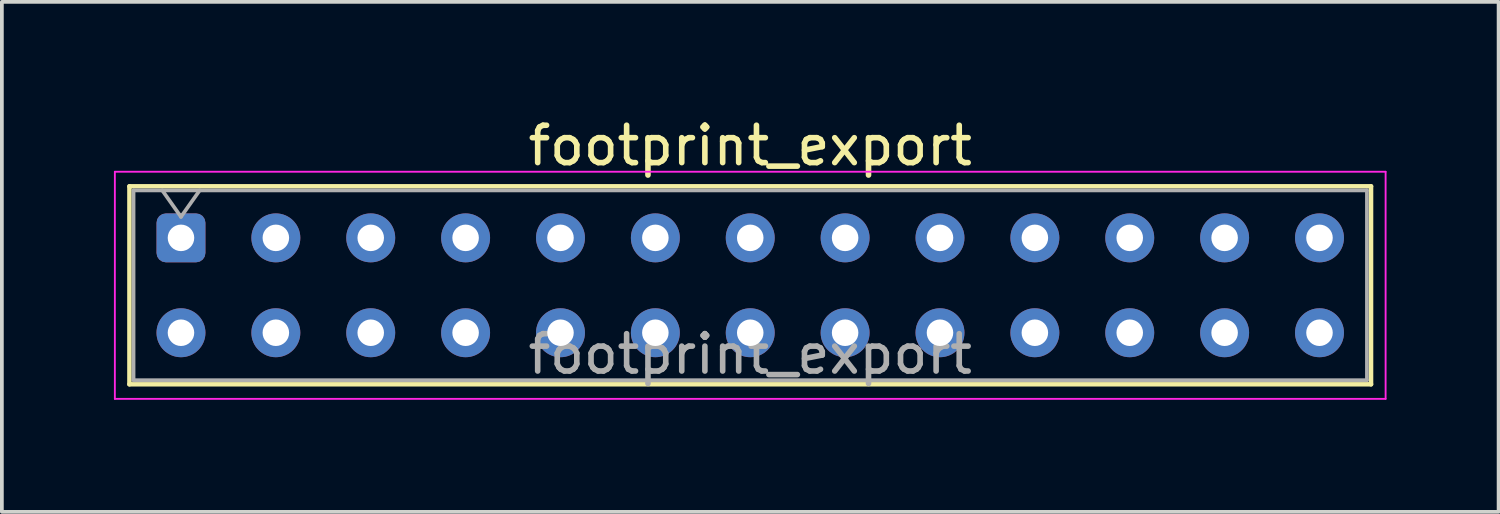
<source format=kicad_pcb>
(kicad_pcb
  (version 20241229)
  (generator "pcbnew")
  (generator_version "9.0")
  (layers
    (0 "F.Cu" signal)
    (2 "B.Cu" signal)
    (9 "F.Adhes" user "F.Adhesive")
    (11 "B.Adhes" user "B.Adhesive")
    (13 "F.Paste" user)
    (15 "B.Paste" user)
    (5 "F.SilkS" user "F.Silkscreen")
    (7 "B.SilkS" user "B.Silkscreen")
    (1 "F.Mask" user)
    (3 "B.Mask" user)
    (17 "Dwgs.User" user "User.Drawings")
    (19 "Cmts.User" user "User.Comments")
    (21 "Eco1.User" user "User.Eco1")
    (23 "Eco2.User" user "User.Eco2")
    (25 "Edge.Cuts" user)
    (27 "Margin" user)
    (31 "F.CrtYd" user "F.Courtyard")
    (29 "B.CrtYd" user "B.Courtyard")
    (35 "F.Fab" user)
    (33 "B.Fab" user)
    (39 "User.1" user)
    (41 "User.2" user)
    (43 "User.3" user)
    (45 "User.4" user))
  (footprint "footprint_export"
    (layer "F.Cu")
    (at 1.795 3.318)
    (property "Reference" "footprint_export" (at 15.24 -2.47 0) (layer "F.SilkS") (effects (font (size 1 1) (thickness 0.15))))
    (attr through_hole)
    (fp_line (start -1.38 -1.38) (end 31.86 -1.38) (stroke (width 0.12) (type solid)) (layer "F.SilkS"))
    (fp_line (start -1.38 3.92) (end -1.38 -1.38) (stroke (width 0.12) (type solid)) (layer "F.SilkS"))
    (fp_line (start 31.86 -1.38) (end 31.86 3.92) (stroke (width 0.12) (type solid)) (layer "F.SilkS"))
    (fp_line (start 31.86 3.92) (end -1.38 3.92) (stroke (width 0.12) (type solid)) (layer "F.SilkS"))
    (fp_line (start -1.77 -1.77) (end 32.25 -1.77) (stroke (width 0.05) (type solid)) (layer "F.CrtYd"))
    (fp_line (start -1.77 4.31) (end -1.77 -1.77) (stroke (width 0.05) (type solid)) (layer "F.CrtYd"))
    (fp_line (start 32.25 -1.77) (end 32.25 4.31) (stroke (width 0.05) (type solid)) (layer "F.CrtYd"))
    (fp_line (start 32.25 4.31) (end -1.77 4.31) (stroke (width 0.05) (type solid)) (layer "F.CrtYd"))
    (fp_line (start -1.27 -1.27) (end 31.75 -1.27) (stroke (width 0.1) (type solid)) (layer "F.Fab"))
    (fp_line (start -1.27 3.81) (end -1.27 -1.27) (stroke (width 0.1) (type solid)) (layer "F.Fab"))
    (fp_line (start -0.5 -1.27) (end 0 -0.563) (stroke (width 0.1) (type solid)) (layer "F.Fab"))
    (fp_line (start 0 -0.563) (end 0.5 -1.27) (stroke (width 0.1) (type solid)) (layer "F.Fab"))
    (fp_line (start 31.75 -1.27) (end 31.75 3.81) (stroke (width 0.1) (type solid)) (layer "F.Fab"))
    (fp_line (start 31.75 3.81) (end -1.27 3.81) (stroke (width 0.1) (type solid)) (layer "F.Fab"))
    (fp_text user "${REFERENCE}" (at 15.24 3.11 0) (layer "F.Fab") (effects (font (size 1 1) (thickness 0.15))))
    (pad "1" thru_hole roundrect (at 0 0) (size 1.31 1.31) (drill 0.71) (layers "*.Cu" "*.Mask") (roundrect_rratio 0.191))
    (pad "2" thru_hole circle (at 0 2.54) (size 1.31 1.31) (drill 0.71) (layers "*.Cu" "*.Mask"))
    (pad "3" thru_hole circle (at 2.54 0) (size 1.31 1.31) (drill 0.71) (layers "*.Cu" "*.Mask"))
    (pad "4" thru_hole circle (at 2.54 2.54) (size 1.31 1.31) (drill 0.71) (layers "*.Cu" "*.Mask"))
    (pad "5" thru_hole circle (at 5.08 0) (size 1.31 1.31) (drill 0.71) (layers "*.Cu" "*.Mask"))
    (pad "6" thru_hole circle (at 5.08 2.54) (size 1.31 1.31) (drill 0.71) (layers "*.Cu" "*.Mask"))
    (pad "7" thru_hole circle (at 7.62 0) (size 1.31 1.31) (drill 0.71) (layers "*.Cu" "*.Mask"))
    (pad "8" thru_hole circle (at 7.62 2.54) (size 1.31 1.31) (drill 0.71) (layers "*.Cu" "*.Mask"))
    (pad "9" thru_hole circle (at 10.16 0) (size 1.31 1.31) (drill 0.71) (layers "*.Cu" "*.Mask"))
    (pad "10" thru_hole circle (at 10.16 2.54) (size 1.31 1.31) (drill 0.71) (layers "*.Cu" "*.Mask"))
    (pad "11" thru_hole circle (at 12.7 0) (size 1.31 1.31) (drill 0.71) (layers "*.Cu" "*.Mask"))
    (pad "12" thru_hole circle (at 12.7 2.54) (size 1.31 1.31) (drill 0.71) (layers "*.Cu" "*.Mask"))
    (pad "13" thru_hole circle (at 15.24 0) (size 1.31 1.31) (drill 0.71) (layers "*.Cu" "*.Mask"))
    (pad "14" thru_hole circle (at 15.24 2.54) (size 1.31 1.31) (drill 0.71) (layers "*.Cu" "*.Mask"))
    (pad "15" thru_hole circle (at 17.78 0) (size 1.31 1.31) (drill 0.71) (layers "*.Cu" "*.Mask"))
    (pad "16" thru_hole circle (at 17.78 2.54) (size 1.31 1.31) (drill 0.71) (layers "*.Cu" "*.Mask"))
    (pad "17" thru_hole circle (at 20.32 0) (size 1.31 1.31) (drill 0.71) (layers "*.Cu" "*.Mask"))
    (pad "18" thru_hole circle (at 20.32 2.54) (size 1.31 1.31) (drill 0.71) (layers "*.Cu" "*.Mask"))
    (pad "19" thru_hole circle (at 22.86 0) (size 1.31 1.31) (drill 0.71) (layers "*.Cu" "*.Mask"))
    (pad "20" thru_hole circle (at 22.86 2.54) (size 1.31 1.31) (drill 0.71) (layers "*.Cu" "*.Mask"))
    (pad "21" thru_hole circle (at 25.4 0) (size 1.31 1.31) (drill 0.71) (layers "*.Cu" "*.Mask"))
    (pad "22" thru_hole circle (at 25.4 2.54) (size 1.31 1.31) (drill 0.71) (layers "*.Cu" "*.Mask"))
    (pad "23" thru_hole circle (at 27.94 0) (size 1.31 1.31) (drill 0.71) (layers "*.Cu" "*.Mask"))
    (pad "24" thru_hole circle (at 27.94 2.54) (size 1.31 1.31) (drill 0.71) (layers "*.Cu" "*.Mask"))
    (pad "25" thru_hole circle (at 30.48 0) (size 1.31 1.31) (drill 0.71) (layers "*.Cu" "*.Mask"))
    (pad "26" thru_hole circle (at 30.48 2.54) (size 1.31 1.31) (drill 0.71) (layers "*.Cu" "*.Mask")))
  (gr_rect
    (start -3 -3)
    (end 37.07 10.653)
    (stroke (width 0.1) (type default))
    (fill no)
    (layer "Edge.Cuts")))
</source>
